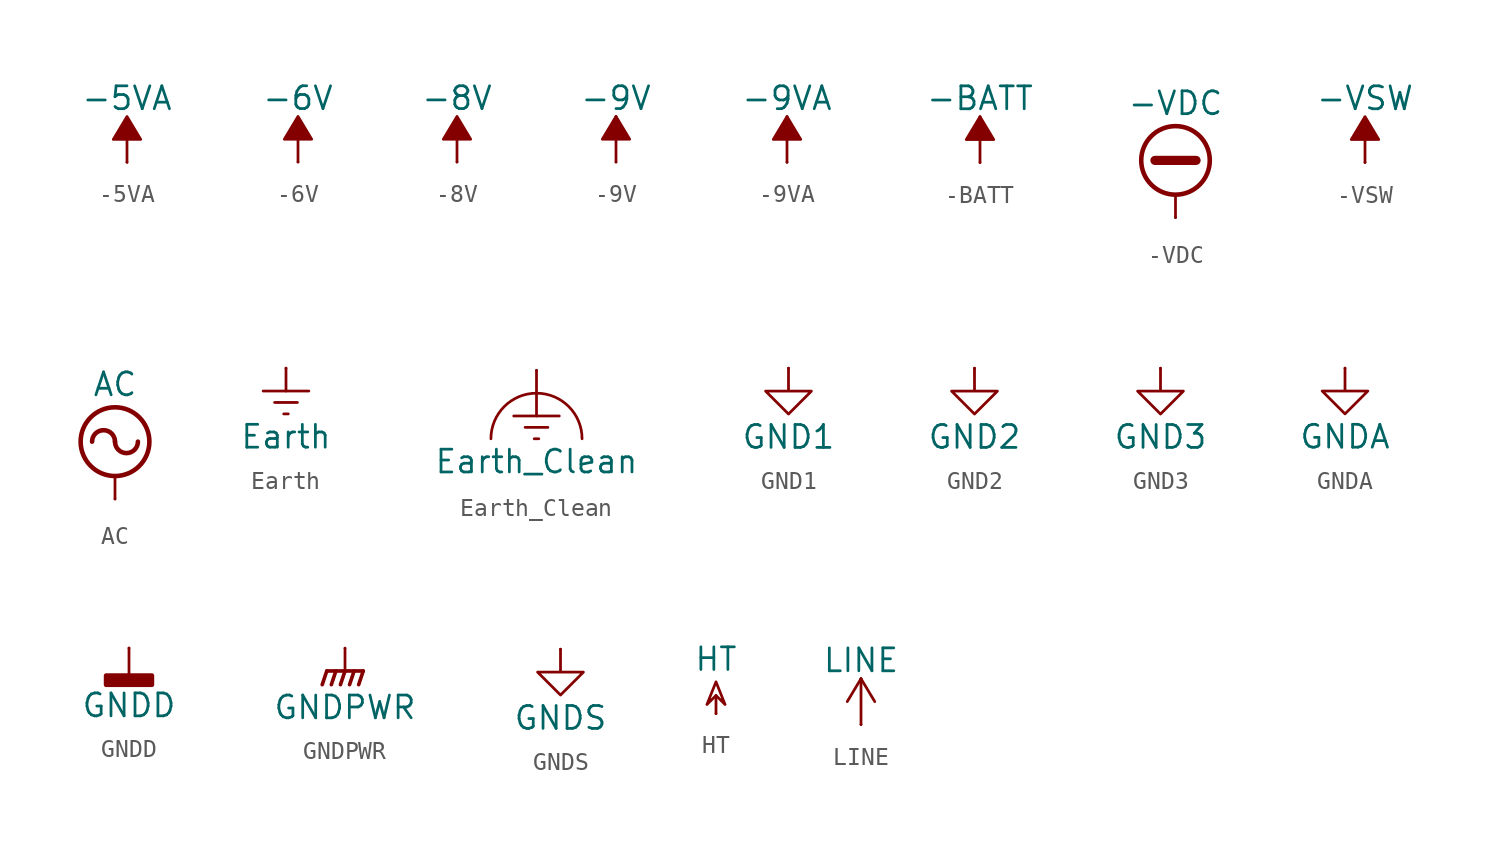
<source format=kicad_sym>
(kicad_symbol_lib
  (version 20231120)
  (generator "kicad_symbol_editor")
  (generator_version "8.0")
  (symbol "-5VA"
    (power)
    (pin_numbers hide)
    (pin_names
      (offset 0) hide)
    (property "Reference" "#PWR"
      (at 0 -3.81 0)
      (effects (font (size 1.27 1.27)) (hide yes)))
    (property "Value" "-5VA"
      (at 0 3.556 0)
      (effects (font (size 1.27 1.27))))
    (symbol "-5VA_0_0"
      (pin power_in line (at 0 0 90) (length 0) (name "~" (effects (font (size 1.27 1.27)))) (number "1" (effects (font (size 1.27 1.27))))))
    (symbol "-5VA_0_1"
      (polyline (pts (xy 0 0) (xy 0 1.27) (xy 0.762 1.27) (xy 0 2.54) (xy -0.762 1.27) (xy 0 1.27)) (stroke (width 0) (type default)) (fill (type outline)))))
  (symbol "-6V"
    (power)
    (pin_numbers hide)
    (pin_names
      (offset 0) hide)
    (property "Reference" "#PWR"
      (at 0 -3.81 0)
      (effects (font (size 1.27 1.27)) (hide yes)))
    (property "Value" "-6V"
      (at 0 3.556 0)
      (effects (font (size 1.27 1.27))))
    (symbol "-6V_0_0"
      (pin power_in line (at 0 0 90) (length 0) (name "~" (effects (font (size 1.27 1.27)))) (number "1" (effects (font (size 1.27 1.27))))))
    (symbol "-6V_0_1"
      (polyline (pts (xy 0 0) (xy 0 1.27) (xy 0.762 1.27) (xy 0 2.54) (xy -0.762 1.27) (xy 0 1.27)) (stroke (width 0) (type default)) (fill (type outline)))))
  (symbol "-8V"
    (power)
    (pin_numbers hide)
    (pin_names
      (offset 0) hide)
    (property "Reference" "#PWR"
      (at 0 -3.81 0)
      (effects (font (size 1.27 1.27)) (hide yes)))
    (property "Value" "-8V"
      (at 0 3.556 0)
      (effects (font (size 1.27 1.27))))
    (symbol "-8V_0_0"
      (pin power_in line (at 0 0 90) (length 0) (name "~" (effects (font (size 1.27 1.27)))) (number "1" (effects (font (size 1.27 1.27))))))
    (symbol "-8V_0_1"
      (polyline (pts (xy 0 0) (xy 0 1.27) (xy 0.762 1.27) (xy 0 2.54) (xy -0.762 1.27) (xy 0 1.27)) (stroke (width 0) (type default)) (fill (type outline)))))
  (symbol "-9V"
    (power)
    (pin_numbers hide)
    (pin_names
      (offset 0) hide)
    (property "Reference" "#PWR"
      (at 0 -3.81 0)
      (effects (font (size 1.27 1.27)) (hide yes)))
    (property "Value" "-9V"
      (at 0 3.556 0)
      (effects (font (size 1.27 1.27))))
    (symbol "-9V_0_1"
      (polyline (pts (xy 0 0) (xy 0 2.54)) (stroke (width 0) (type default)) (fill (type none)))
      (polyline (pts (xy 0.762 1.27) (xy -0.762 1.27) (xy 0 2.54) (xy 0.762 1.27)) (stroke (width 0) (type default)) (fill (type outline))))
    (symbol "-9V_1_1"
      (pin power_in line (at 0 0 90) (length 0) (name "~" (effects (font (size 1.27 1.27)))) (number "1" (effects (font (size 1.27 1.27)))))))
  (symbol "-9VA"
    (power)
    (pin_numbers hide)
    (pin_names
      (offset 0) hide)
    (property "Reference" "#PWR"
      (at 0 -3.81 0)
      (effects (font (size 1.27 1.27)) (hide yes)))
    (property "Value" "-9VA"
      (at 0 3.556 0)
      (effects (font (size 1.27 1.27))))
    (symbol "-9VA_0_1"
      (polyline (pts (xy 0 0) (xy 0 2.54)) (stroke (width 0) (type default)) (fill (type none)))
      (polyline (pts (xy 0.762 1.27) (xy -0.762 1.27) (xy 0 2.54) (xy 0.762 1.27)) (stroke (width 0) (type default)) (fill (type outline))))
    (symbol "-9VA_1_1"
      (pin power_in line (at 0 0 90) (length 0) (name "~" (effects (font (size 1.27 1.27)))) (number "1" (effects (font (size 1.27 1.27)))))))
  (symbol "-BATT"
    (power)
    (pin_numbers hide)
    (pin_names
      (offset 0) hide)
    (property "Reference" "#PWR"
      (at 0 -3.81 0)
      (effects (font (size 1.27 1.27)) (hide yes)))
    (property "Value" "-BATT"
      (at 0 3.556 0)
      (effects (font (size 1.27 1.27))))
    (symbol "-BATT_0_1"
      (polyline (pts (xy 0 0) (xy 0 2.54)) (stroke (width 0) (type default)) (fill (type none)))
      (polyline (pts (xy 0.762 1.27) (xy -0.762 1.27) (xy 0 2.54) (xy 0.762 1.27)) (stroke (width 0) (type default)) (fill (type outline))))
    (symbol "-BATT_1_1"
      (pin power_in line (at 0 0 90) (length 0) (name "~" (effects (font (size 1.27 1.27)))) (number "1" (effects (font (size 1.27 1.27)))))))
  (symbol "-VDC"
    (power)
    (pin_numbers hide)
    (pin_names
      (offset 0) hide)
    (property "Reference" "#PWR"
      (at 0 -2.54 0)
      (effects (font (size 1.27 1.27)) (hide yes)))
    (property "Value" "-VDC"
      (at 0 6.35 0)
      (effects (font (size 1.27 1.27))))
    (symbol "-VDC_0_1"
      (polyline (pts (xy -1.143 3.175) (xy 1.143 3.175)) (stroke (width 0.508) (type default)) (fill (type none)))
      (polyline (pts (xy 0 0) (xy 0 1.27)) (stroke (width 0) (type default)) (fill (type none)))
      (circle (center 0 3.175) (radius 1.905) (stroke (width 0.254) (type default)) (fill (type none))))
    (symbol "-VDC_1_1"
      (pin power_in line (at 0 0 90) (length 0) (name "~" (effects (font (size 1.27 1.27)))) (number "1" (effects (font (size 1.27 1.27)))))))
  (symbol "-VSW"
    (power)
    (pin_numbers hide)
    (pin_names
      (offset 0) hide)
    (property "Reference" "#PWR"
      (at 0 -3.81 0)
      (effects (font (size 1.27 1.27)) (hide yes)))
    (property "Value" "-VSW"
      (at 0 3.556 0)
      (effects (font (size 1.27 1.27))))
    (symbol "-VSW_0_0"
      (pin power_in line (at 0 0 90) (length 0) (name "~" (effects (font (size 1.27 1.27)))) (number "1" (effects (font (size 1.27 1.27))))))
    (symbol "-VSW_0_1"
      (polyline (pts (xy 0 0) (xy 0 1.27) (xy 0.762 1.27) (xy 0 2.54) (xy -0.762 1.27) (xy 0 1.27)) (stroke (width 0) (type default)) (fill (type outline)))))
  (symbol "AC"
    (power)
    (pin_numbers hide)
    (pin_names
      (offset 0) hide)
    (property "Reference" "#PWR"
      (at 0 -2.54 0)
      (effects (font (size 1.27 1.27)) (hide yes)))
    (property "Value" "AC"
      (at 0 6.35 0)
      (effects (font (size 1.27 1.27))))
    (symbol "AC_0_1"
      (polyline (pts (xy 0 0) (xy 0 1.27)) (stroke (width 0) (type default)) (fill (type none)))
      (arc (start 0 3.175) (mid -0.635 3.8073) (end -1.27 3.175) (stroke (width 0.254) (type default)) (fill (type none)))
      (arc (start 0 3.175) (mid 0.635 2.5427) (end 1.27 3.175) (stroke (width 0.254) (type default)) (fill (type none)))
      (circle (center 0 3.175) (radius 1.905) (stroke (width 0.254) (type default)) (fill (type none))))
    (symbol "AC_1_1"
      (pin power_in line (at 0 0 90) (length 0) (name "~" (effects (font (size 1.27 1.27)))) (number "1" (effects (font (size 1.27 1.27)))))))
  (symbol "Earth"
    (power)
    (pin_numbers hide)
    (pin_names
      (offset 0) hide)
    (property "Reference" "#PWR"
      (at 0 -6.35 0)
      (effects (font (size 1.27 1.27)) (hide yes)))
    (property "Value" "Earth"
      (at 0 -3.81 0)
      (effects (font (size 1.27 1.27))))
    (symbol "Earth_0_1"
      (polyline (pts (xy -0.635 -1.905) (xy 0.635 -1.905)) (stroke (width 0) (type default)) (fill (type none)))
      (polyline (pts (xy -0.127 -2.54) (xy 0.127 -2.54)) (stroke (width 0) (type default)) (fill (type none)))
      (polyline (pts (xy 0 -1.27) (xy 0 0)) (stroke (width 0) (type default)) (fill (type none)))
      (polyline (pts (xy 1.27 -1.27) (xy -1.27 -1.27)) (stroke (width 0) (type default)) (fill (type none))))
    (symbol "Earth_1_1"
      (pin power_in line (at 0 0 270) (length 0) (name "~" (effects (font (size 1.27 1.27)))) (number "1" (effects (font (size 1.27 1.27)))))))
  (symbol "Earth_Clean"
    (power)
    (pin_numbers hide)
    (pin_names
      (offset 0) hide)
    (property "Reference" "#PWR"
      (at 0 -7.62 0)
      (effects (font (size 1.27 1.27)) (hide yes)))
    (property "Value" "Earth_Clean"
      (at 0 -5.08 0)
      (effects (font (size 1.27 1.27))))
    (symbol "Earth_Clean_0_1"
      (polyline (pts (xy -0.635 -3.175) (xy 0.635 -3.175)) (stroke (width 0) (type default)) (fill (type none)))
      (polyline (pts (xy -0.127 -3.81) (xy 0.127 -3.81)) (stroke (width 0) (type default)) (fill (type none)))
      (polyline (pts (xy 0 -2.54) (xy 0 0)) (stroke (width 0) (type default)) (fill (type none)))
      (polyline (pts (xy 1.27 -2.54) (xy -1.27 -2.54)) (stroke (width 0) (type default)) (fill (type none)))
      (arc (start 2.54 -3.81) (mid 0 -1.281) (end -2.54 -3.81) (stroke (width 0) (type default)) (fill (type none))))
    (symbol "Earth_Clean_1_1"
      (pin power_in line (at 0 0 270) (length 0) (name "~" (effects (font (size 1.27 1.27)))) (number "1" (effects (font (size 1.27 1.27)))))))
  (symbol "GND1"
    (power)
    (pin_numbers hide)
    (pin_names
      (offset 0) hide)
    (property "Reference" "#PWR"
      (at 0 -6.35 0)
      (effects (font (size 1.27 1.27)) (hide yes)))
    (property "Value" "GND1"
      (at 0 -3.81 0)
      (effects (font (size 1.27 1.27))))
    (symbol "GND1_0_1"
      (polyline (pts (xy 0 0) (xy 0 -1.27) (xy 1.27 -1.27) (xy 0 -2.54) (xy -1.27 -1.27) (xy 0 -1.27)) (stroke (width 0) (type default)) (fill (type none))))
    (symbol "GND1_1_1"
      (pin power_in line (at 0 0 270) (length 0) (name "~" (effects (font (size 1.27 1.27)))) (number "1" (effects (font (size 1.27 1.27)))))))
  (symbol "GND2"
    (power)
    (pin_numbers hide)
    (pin_names
      (offset 0) hide)
    (property "Reference" "#PWR"
      (at 0 -6.35 0)
      (effects (font (size 1.27 1.27)) (hide yes)))
    (property "Value" "GND2"
      (at 0 -3.81 0)
      (effects (font (size 1.27 1.27))))
    (symbol "GND2_0_1"
      (polyline (pts (xy 0 0) (xy 0 -1.27) (xy 1.27 -1.27) (xy 0 -2.54) (xy -1.27 -1.27) (xy 0 -1.27)) (stroke (width 0) (type default)) (fill (type none))))
    (symbol "GND2_1_1"
      (pin power_in line (at 0 0 270) (length 0) (name "~" (effects (font (size 1.27 1.27)))) (number "1" (effects (font (size 1.27 1.27)))))))
  (symbol "GND3"
    (power)
    (pin_numbers hide)
    (pin_names
      (offset 0) hide)
    (property "Reference" "#PWR"
      (at 0 -6.35 0)
      (effects (font (size 1.27 1.27)) (hide yes)))
    (property "Value" "GND3"
      (at 0 -3.81 0)
      (effects (font (size 1.27 1.27))))
    (symbol "GND3_0_1"
      (polyline (pts (xy 0 0) (xy 0 -1.27) (xy 1.27 -1.27) (xy 0 -2.54) (xy -1.27 -1.27) (xy 0 -1.27)) (stroke (width 0) (type default)) (fill (type none))))
    (symbol "GND3_1_1"
      (pin power_in line (at 0 0 270) (length 0) (name "~" (effects (font (size 1.27 1.27)))) (number "1" (effects (font (size 1.27 1.27)))))))
  (symbol "GNDA"
    (power)
    (pin_numbers hide)
    (pin_names
      (offset 0) hide)
    (property "Reference" "#PWR"
      (at 0 -6.35 0)
      (effects (font (size 1.27 1.27)) (hide yes)))
    (property "Value" "GNDA"
      (at 0 -3.81 0)
      (effects (font (size 1.27 1.27))))
    (symbol "GNDA_0_1"
      (polyline (pts (xy 0 0) (xy 0 -1.27) (xy 1.27 -1.27) (xy 0 -2.54) (xy -1.27 -1.27) (xy 0 -1.27)) (stroke (width 0) (type default)) (fill (type none))))
    (symbol "GNDA_1_1"
      (pin power_in line (at 0 0 270) (length 0) (name "~" (effects (font (size 1.27 1.27)))) (number "1" (effects (font (size 1.27 1.27)))))))
  (symbol "GNDD"
    (power)
    (pin_numbers hide)
    (pin_names
      (offset 0) hide)
    (property "Reference" "#PWR"
      (at 0 -6.35 0)
      (effects (font (size 1.27 1.27)) (hide yes)))
    (property "Value" "GNDD"
      (at 0 -3.175 0)
      (effects (font (size 1.27 1.27))))
    (symbol "GNDD_0_1"
      (rectangle (start -1.27 -1.524) (end 1.27 -2.032) (stroke (width 0.254) (type default)) (fill (type outline)))
      (polyline (pts (xy 0 0) (xy 0 -1.524)) (stroke (width 0) (type default)) (fill (type none))))
    (symbol "GNDD_1_1"
      (pin power_in line (at 0 0 270) (length 0) (name "~" (effects (font (size 1.27 1.27)))) (number "1" (effects (font (size 1.27 1.27)))))))
  (symbol "GNDPWR"
    (power)
    (pin_numbers hide)
    (pin_names
      (offset 0) hide)
    (property "Reference" "#PWR"
      (at 0 -5.08 0)
      (effects (font (size 1.27 1.27)) (hide yes)))
    (property "Value" "GNDPWR"
      (at 0 -3.302 0)
      (effects (font (size 1.27 1.27))))
    (symbol "GNDPWR_0_1"
      (polyline (pts (xy 0 -1.27) (xy 0 0)) (stroke (width 0) (type default)) (fill (type none)))
      (polyline (pts (xy -1.016 -1.27) (xy -1.27 -2.032) (xy -1.27 -2.032)) (stroke (width 0.203) (type default)) (fill (type none)))
      (polyline (pts (xy -0.508 -1.27) (xy -0.762 -2.032) (xy -0.762 -2.032)) (stroke (width 0.203) (type default)) (fill (type none)))
      (polyline (pts (xy 0 -1.27) (xy -0.254 -2.032) (xy -0.254 -2.032)) (stroke (width 0.203) (type default)) (fill (type none)))
      (polyline (pts (xy 0.508 -1.27) (xy 0.254 -2.032) (xy 0.254 -2.032)) (stroke (width 0.203) (type default)) (fill (type none)))
      (polyline (pts (xy 1.016 -1.27) (xy -1.016 -1.27) (xy -1.016 -1.27)) (stroke (width 0.203) (type default)) (fill (type none)))
      (polyline (pts (xy 1.016 -1.27) (xy 0.762 -2.032) (xy 0.762 -2.032) (xy 0.762 -2.032)) (stroke (width 0.203) (type default)) (fill (type none))))
    (symbol "GNDPWR_1_1"
      (pin power_in line (at 0 0 270) (length 0) (name "~" (effects (font (size 1.27 1.27)))) (number "1" (effects (font (size 1.27 1.27)))))))
  (symbol "GNDS"
    (power)
    (pin_numbers hide)
    (pin_names
      (offset 0) hide)
    (property "Reference" "#PWR"
      (at 0 -6.35 0)
      (effects (font (size 1.27 1.27)) (hide yes)))
    (property "Value" "GNDS"
      (at 0 -3.81 0)
      (effects (font (size 1.27 1.27))))
    (symbol "GNDS_0_1"
      (polyline (pts (xy 0 0) (xy 0 -1.27) (xy 1.27 -1.27) (xy 0 -2.54) (xy -1.27 -1.27) (xy 0 -1.27)) (stroke (width 0) (type default)) (fill (type none))))
    (symbol "GNDS_1_1"
      (pin power_in line (at 0 0 270) (length 0) (name "~" (effects (font (size 1.27 1.27)))) (number "1" (effects (font (size 1.27 1.27)))))))
  (symbol "HT"
    (power)
    (pin_numbers hide)
    (pin_names
      (offset 0) hide)
    (property "Reference" "#PWR"
      (at 0 -3.81 0)
      (effects (font (size 1.27 1.27)) (hide yes)))
    (property "Value" "HT"
      (at 0 3.048 0)
      (effects (font (size 1.27 1.27))))
    (symbol "HT_0_0"
      (pin power_in line (at 0 0 90) (length 0) (name "~" (effects (font (size 1.27 1.27)))) (number "1" (effects (font (size 1.27 1.27))))))
    (symbol "HT_0_1"
      (polyline (pts (xy 0 0) (xy 0 1.016) (xy 0 1.016)) (stroke (width 0) (type default)) (fill (type none)))
      (polyline (pts (xy 0 1.016) (xy 0.508 0.508) (xy 0 1.778) (xy -0.508 0.508) (xy 0 1.016) (xy 0 1.016)) (stroke (width 0) (type default)) (fill (type none)))))
  (symbol "LINE"
    (power)
    (pin_numbers hide)
    (pin_names
      (offset 0) hide)
    (property "Reference" "#PWR"
      (at 0 -3.81 0)
      (effects (font (size 1.27 1.27)) (hide yes)))
    (property "Value" "LINE"
      (at 0 3.556 0)
      (effects (font (size 1.27 1.27))))
    (symbol "LINE_0_1"
      (polyline (pts (xy -0.762 1.27) (xy 0 2.54)) (stroke (width 0) (type default)) (fill (type none)))
      (polyline (pts (xy 0 0) (xy 0 2.54)) (stroke (width 0) (type default)) (fill (type none)))
      (polyline (pts (xy 0 2.54) (xy 0.762 1.27)) (stroke (width 0) (type default)) (fill (type none))))
    (symbol "LINE_1_1"
      (pin power_in line (at 0 0 90) (length 0) (name "~" (effects (font (size 1.27 1.27)))) (number "1" (effects (font (size 1.27 1.27))))))))
</source>
